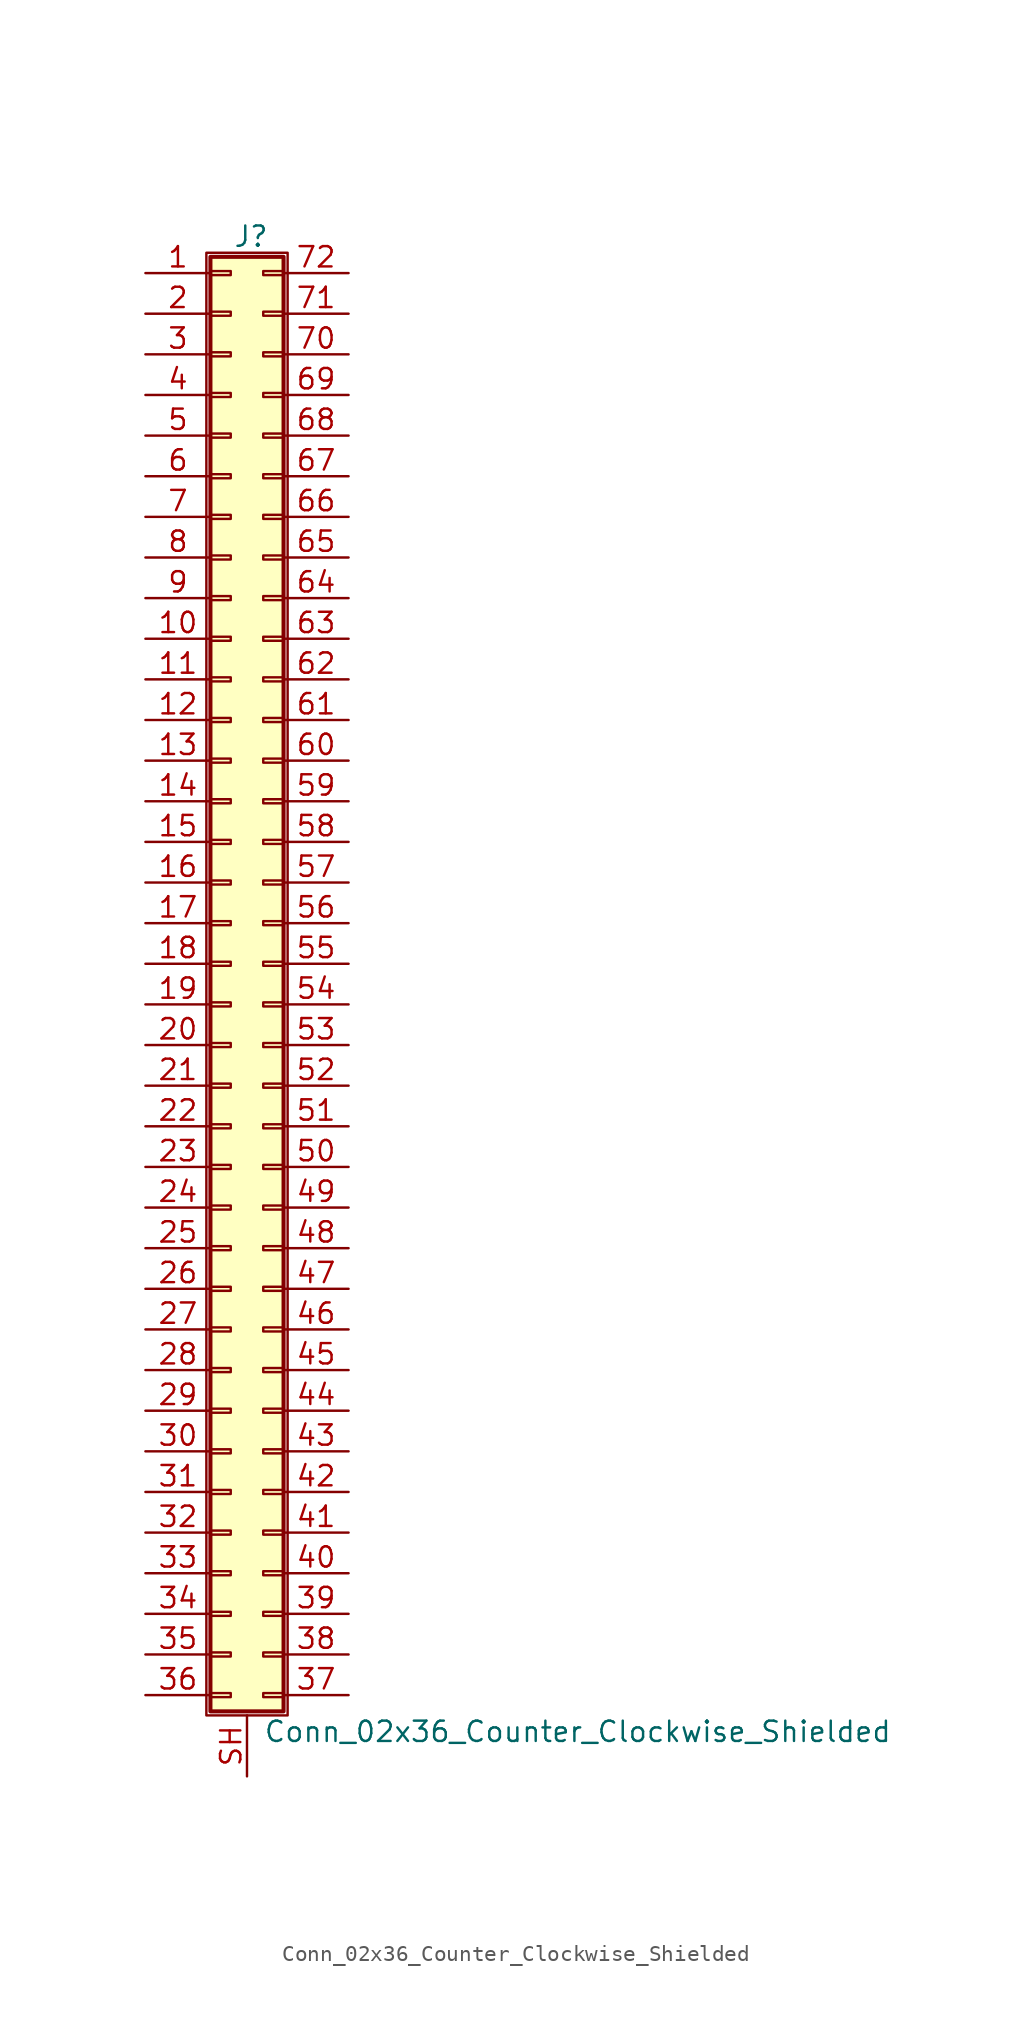
<source format=kicad_sym>
(kicad_symbol_lib
  (version 20220914)
  (generator kicad_symbol_editor)
  (symbol "Conn_02x36_Counter_Clockwise_Shielded"
    (pin_names
      (offset 1.016) hide)
    (property "Reference" "J"
      (at 1.524 45.466 0)
      (effects (font (size 1.27 1.27))))
    (property "Value" "Conn_02x36_Counter_Clockwise_Shielded"
      (at 2.286 -48.006 0)
      (effects (font (size 1.27 1.27)) (justify left)))
    (symbol "Conn_02x36_Counter_Clockwise_Shielded_1_1"
      (rectangle (start -1.27 44.45) (end 3.81 -46.99) (stroke (width 0.152) (type default)) (fill (type none)))
      (rectangle (start -1.016 -45.593) (end 0.254 -45.847) (stroke (width 0.152) (type default)) (fill (type none)))
      (rectangle (start -1.016 -43.053) (end 0.254 -43.307) (stroke (width 0.152) (type default)) (fill (type none)))
      (rectangle (start -1.016 -40.513) (end 0.254 -40.767) (stroke (width 0.152) (type default)) (fill (type none)))
      (rectangle (start -1.016 -37.973) (end 0.254 -38.227) (stroke (width 0.152) (type default)) (fill (type none)))
      (rectangle (start -1.016 -35.433) (end 0.254 -35.687) (stroke (width 0.152) (type default)) (fill (type none)))
      (rectangle (start -1.016 -32.893) (end 0.254 -33.147) (stroke (width 0.152) (type default)) (fill (type none)))
      (rectangle (start -1.016 -30.353) (end 0.254 -30.607) (stroke (width 0.152) (type default)) (fill (type none)))
      (rectangle (start -1.016 -27.813) (end 0.254 -28.067) (stroke (width 0.152) (type default)) (fill (type none)))
      (rectangle (start -1.016 -25.273) (end 0.254 -25.527) (stroke (width 0.152) (type default)) (fill (type none)))
      (rectangle (start -1.016 -22.733) (end 0.254 -22.987) (stroke (width 0.152) (type default)) (fill (type none)))
      (rectangle (start -1.016 -20.193) (end 0.254 -20.447) (stroke (width 0.152) (type default)) (fill (type none)))
      (rectangle (start -1.016 -17.653) (end 0.254 -17.907) (stroke (width 0.152) (type default)) (fill (type none)))
      (rectangle (start -1.016 -15.113) (end 0.254 -15.367) (stroke (width 0.152) (type default)) (fill (type none)))
      (rectangle (start -1.016 -12.573) (end 0.254 -12.827) (stroke (width 0.152) (type default)) (fill (type none)))
      (rectangle (start -1.016 -10.033) (end 0.254 -10.287) (stroke (width 0.152) (type default)) (fill (type none)))
      (rectangle (start -1.016 -7.493) (end 0.254 -7.747) (stroke (width 0.152) (type default)) (fill (type none)))
      (rectangle (start -1.016 -4.953) (end 0.254 -5.207) (stroke (width 0.152) (type default)) (fill (type none)))
      (rectangle (start -1.016 -2.413) (end 0.254 -2.667) (stroke (width 0.152) (type default)) (fill (type none)))
      (rectangle (start -1.016 0.127) (end 0.254 -0.127) (stroke (width 0.152) (type default)) (fill (type none)))
      (rectangle (start -1.016 2.667) (end 0.254 2.413) (stroke (width 0.152) (type default)) (fill (type none)))
      (rectangle (start -1.016 5.207) (end 0.254 4.953) (stroke (width 0.152) (type default)) (fill (type none)))
      (rectangle (start -1.016 7.747) (end 0.254 7.493) (stroke (width 0.152) (type default)) (fill (type none)))
      (rectangle (start -1.016 10.287) (end 0.254 10.033) (stroke (width 0.152) (type default)) (fill (type none)))
      (rectangle (start -1.016 12.827) (end 0.254 12.573) (stroke (width 0.152) (type default)) (fill (type none)))
      (rectangle (start -1.016 15.367) (end 0.254 15.113) (stroke (width 0.152) (type default)) (fill (type none)))
      (rectangle (start -1.016 17.907) (end 0.254 17.653) (stroke (width 0.152) (type default)) (fill (type none)))
      (rectangle (start -1.016 20.447) (end 0.254 20.193) (stroke (width 0.152) (type default)) (fill (type none)))
      (rectangle (start -1.016 22.987) (end 0.254 22.733) (stroke (width 0.152) (type default)) (fill (type none)))
      (rectangle (start -1.016 25.527) (end 0.254 25.273) (stroke (width 0.152) (type default)) (fill (type none)))
      (rectangle (start -1.016 28.067) (end 0.254 27.813) (stroke (width 0.152) (type default)) (fill (type none)))
      (rectangle (start -1.016 30.607) (end 0.254 30.353) (stroke (width 0.152) (type default)) (fill (type none)))
      (rectangle (start -1.016 33.147) (end 0.254 32.893) (stroke (width 0.152) (type default)) (fill (type none)))
      (rectangle (start -1.016 35.687) (end 0.254 35.433) (stroke (width 0.152) (type default)) (fill (type none)))
      (rectangle (start -1.016 38.227) (end 0.254 37.973) (stroke (width 0.152) (type default)) (fill (type none)))
      (rectangle (start -1.016 40.767) (end 0.254 40.513) (stroke (width 0.152) (type default)) (fill (type none)))
      (rectangle (start -1.016 43.307) (end 0.254 43.053) (stroke (width 0.152) (type default)) (fill (type none)))
      (rectangle (start -1.016 44.196) (end 3.556 -46.736) (stroke (width 0.254) (type default)) (fill (type background)))
      (rectangle (start 3.556 -45.593) (end 2.286 -45.847) (stroke (width 0.152) (type default)) (fill (type none)))
      (rectangle (start 3.556 -43.053) (end 2.286 -43.307) (stroke (width 0.152) (type default)) (fill (type none)))
      (rectangle (start 3.556 -40.513) (end 2.286 -40.767) (stroke (width 0.152) (type default)) (fill (type none)))
      (rectangle (start 3.556 -37.973) (end 2.286 -38.227) (stroke (width 0.152) (type default)) (fill (type none)))
      (rectangle (start 3.556 -35.433) (end 2.286 -35.687) (stroke (width 0.152) (type default)) (fill (type none)))
      (rectangle (start 3.556 -32.893) (end 2.286 -33.147) (stroke (width 0.152) (type default)) (fill (type none)))
      (rectangle (start 3.556 -30.353) (end 2.286 -30.607) (stroke (width 0.152) (type default)) (fill (type none)))
      (rectangle (start 3.556 -27.813) (end 2.286 -28.067) (stroke (width 0.152) (type default)) (fill (type none)))
      (rectangle (start 3.556 -25.273) (end 2.286 -25.527) (stroke (width 0.152) (type default)) (fill (type none)))
      (rectangle (start 3.556 -22.733) (end 2.286 -22.987) (stroke (width 0.152) (type default)) (fill (type none)))
      (rectangle (start 3.556 -20.193) (end 2.286 -20.447) (stroke (width 0.152) (type default)) (fill (type none)))
      (rectangle (start 3.556 -17.653) (end 2.286 -17.907) (stroke (width 0.152) (type default)) (fill (type none)))
      (rectangle (start 3.556 -15.113) (end 2.286 -15.367) (stroke (width 0.152) (type default)) (fill (type none)))
      (rectangle (start 3.556 -12.573) (end 2.286 -12.827) (stroke (width 0.152) (type default)) (fill (type none)))
      (rectangle (start 3.556 -10.033) (end 2.286 -10.287) (stroke (width 0.152) (type default)) (fill (type none)))
      (rectangle (start 3.556 -7.493) (end 2.286 -7.747) (stroke (width 0.152) (type default)) (fill (type none)))
      (rectangle (start 3.556 -4.953) (end 2.286 -5.207) (stroke (width 0.152) (type default)) (fill (type none)))
      (rectangle (start 3.556 -2.413) (end 2.286 -2.667) (stroke (width 0.152) (type default)) (fill (type none)))
      (rectangle (start 3.556 0.127) (end 2.286 -0.127) (stroke (width 0.152) (type default)) (fill (type none)))
      (rectangle (start 3.556 2.667) (end 2.286 2.413) (stroke (width 0.152) (type default)) (fill (type none)))
      (rectangle (start 3.556 5.207) (end 2.286 4.953) (stroke (width 0.152) (type default)) (fill (type none)))
      (rectangle (start 3.556 7.747) (end 2.286 7.493) (stroke (width 0.152) (type default)) (fill (type none)))
      (rectangle (start 3.556 10.287) (end 2.286 10.033) (stroke (width 0.152) (type default)) (fill (type none)))
      (rectangle (start 3.556 12.827) (end 2.286 12.573) (stroke (width 0.152) (type default)) (fill (type none)))
      (rectangle (start 3.556 15.367) (end 2.286 15.113) (stroke (width 0.152) (type default)) (fill (type none)))
      (rectangle (start 3.556 17.907) (end 2.286 17.653) (stroke (width 0.152) (type default)) (fill (type none)))
      (rectangle (start 3.556 20.447) (end 2.286 20.193) (stroke (width 0.152) (type default)) (fill (type none)))
      (rectangle (start 3.556 22.987) (end 2.286 22.733) (stroke (width 0.152) (type default)) (fill (type none)))
      (rectangle (start 3.556 25.527) (end 2.286 25.273) (stroke (width 0.152) (type default)) (fill (type none)))
      (rectangle (start 3.556 28.067) (end 2.286 27.813) (stroke (width 0.152) (type default)) (fill (type none)))
      (rectangle (start 3.556 30.607) (end 2.286 30.353) (stroke (width 0.152) (type default)) (fill (type none)))
      (rectangle (start 3.556 33.147) (end 2.286 32.893) (stroke (width 0.152) (type default)) (fill (type none)))
      (rectangle (start 3.556 35.687) (end 2.286 35.433) (stroke (width 0.152) (type default)) (fill (type none)))
      (rectangle (start 3.556 38.227) (end 2.286 37.973) (stroke (width 0.152) (type default)) (fill (type none)))
      (rectangle (start 3.556 40.767) (end 2.286 40.513) (stroke (width 0.152) (type default)) (fill (type none)))
      (rectangle (start 3.556 43.307) (end 2.286 43.053) (stroke (width 0.152) (type default)) (fill (type none)))
      (pin passive line (at -5.08 43.18 0) (length 4.064) (name "Pin_1" (effects (font (size 1.27 1.27)))) (number "1" (effects (font (size 1.27 1.27)))))
      (pin passive line (at -5.08 20.32 0) (length 4.064) (name "Pin_10" (effects (font (size 1.27 1.27)))) (number "10" (effects (font (size 1.27 1.27)))))
      (pin passive line (at -5.08 17.78 0) (length 4.064) (name "Pin_11" (effects (font (size 1.27 1.27)))) (number "11" (effects (font (size 1.27 1.27)))))
      (pin passive line (at -5.08 15.24 0) (length 4.064) (name "Pin_12" (effects (font (size 1.27 1.27)))) (number "12" (effects (font (size 1.27 1.27)))))
      (pin passive line (at -5.08 12.7 0) (length 4.064) (name "Pin_13" (effects (font (size 1.27 1.27)))) (number "13" (effects (font (size 1.27 1.27)))))
      (pin passive line (at -5.08 10.16 0) (length 4.064) (name "Pin_14" (effects (font (size 1.27 1.27)))) (number "14" (effects (font (size 1.27 1.27)))))
      (pin passive line (at -5.08 7.62 0) (length 4.064) (name "Pin_15" (effects (font (size 1.27 1.27)))) (number "15" (effects (font (size 1.27 1.27)))))
      (pin passive line (at -5.08 5.08 0) (length 4.064) (name "Pin_16" (effects (font (size 1.27 1.27)))) (number "16" (effects (font (size 1.27 1.27)))))
      (pin passive line (at -5.08 2.54 0) (length 4.064) (name "Pin_17" (effects (font (size 1.27 1.27)))) (number "17" (effects (font (size 1.27 1.27)))))
      (pin passive line (at -5.08 0 0) (length 4.064) (name "Pin_18" (effects (font (size 1.27 1.27)))) (number "18" (effects (font (size 1.27 1.27)))))
      (pin passive line (at -5.08 -2.54 0) (length 4.064) (name "Pin_19" (effects (font (size 1.27 1.27)))) (number "19" (effects (font (size 1.27 1.27)))))
      (pin passive line (at -5.08 40.64 0) (length 4.064) (name "Pin_2" (effects (font (size 1.27 1.27)))) (number "2" (effects (font (size 1.27 1.27)))))
      (pin passive line (at -5.08 -5.08 0) (length 4.064) (name "Pin_20" (effects (font (size 1.27 1.27)))) (number "20" (effects (font (size 1.27 1.27)))))
      (pin passive line (at -5.08 -7.62 0) (length 4.064) (name "Pin_21" (effects (font (size 1.27 1.27)))) (number "21" (effects (font (size 1.27 1.27)))))
      (pin passive line (at -5.08 -10.16 0) (length 4.064) (name "Pin_22" (effects (font (size 1.27 1.27)))) (number "22" (effects (font (size 1.27 1.27)))))
      (pin passive line (at -5.08 -12.7 0) (length 4.064) (name "Pin_23" (effects (font (size 1.27 1.27)))) (number "23" (effects (font (size 1.27 1.27)))))
      (pin passive line (at -5.08 -15.24 0) (length 4.064) (name "Pin_24" (effects (font (size 1.27 1.27)))) (number "24" (effects (font (size 1.27 1.27)))))
      (pin passive line (at -5.08 -17.78 0) (length 4.064) (name "Pin_25" (effects (font (size 1.27 1.27)))) (number "25" (effects (font (size 1.27 1.27)))))
      (pin passive line (at -5.08 -20.32 0) (length 4.064) (name "Pin_26" (effects (font (size 1.27 1.27)))) (number "26" (effects (font (size 1.27 1.27)))))
      (pin passive line (at -5.08 -22.86 0) (length 4.064) (name "Pin_27" (effects (font (size 1.27 1.27)))) (number "27" (effects (font (size 1.27 1.27)))))
      (pin passive line (at -5.08 -25.4 0) (length 4.064) (name "Pin_28" (effects (font (size 1.27 1.27)))) (number "28" (effects (font (size 1.27 1.27)))))
      (pin passive line (at -5.08 -27.94 0) (length 4.064) (name "Pin_29" (effects (font (size 1.27 1.27)))) (number "29" (effects (font (size 1.27 1.27)))))
      (pin passive line (at -5.08 38.1 0) (length 4.064) (name "Pin_3" (effects (font (size 1.27 1.27)))) (number "3" (effects (font (size 1.27 1.27)))))
      (pin passive line (at -5.08 -30.48 0) (length 4.064) (name "Pin_30" (effects (font (size 1.27 1.27)))) (number "30" (effects (font (size 1.27 1.27)))))
      (pin passive line (at -5.08 -33.02 0) (length 4.064) (name "Pin_31" (effects (font (size 1.27 1.27)))) (number "31" (effects (font (size 1.27 1.27)))))
      (pin passive line (at -5.08 -35.56 0) (length 4.064) (name "Pin_32" (effects (font (size 1.27 1.27)))) (number "32" (effects (font (size 1.27 1.27)))))
      (pin passive line (at -5.08 -38.1 0) (length 4.064) (name "Pin_33" (effects (font (size 1.27 1.27)))) (number "33" (effects (font (size 1.27 1.27)))))
      (pin passive line (at -5.08 -40.64 0) (length 4.064) (name "Pin_34" (effects (font (size 1.27 1.27)))) (number "34" (effects (font (size 1.27 1.27)))))
      (pin passive line (at -5.08 -43.18 0) (length 4.064) (name "Pin_35" (effects (font (size 1.27 1.27)))) (number "35" (effects (font (size 1.27 1.27)))))
      (pin passive line (at -5.08 -45.72 0) (length 4.064) (name "Pin_36" (effects (font (size 1.27 1.27)))) (number "36" (effects (font (size 1.27 1.27)))))
      (pin passive line (at 7.62 -45.72 180) (length 4.064) (name "Pin_37" (effects (font (size 1.27 1.27)))) (number "37" (effects (font (size 1.27 1.27)))))
      (pin passive line (at 7.62 -43.18 180) (length 4.064) (name "Pin_38" (effects (font (size 1.27 1.27)))) (number "38" (effects (font (size 1.27 1.27)))))
      (pin passive line (at 7.62 -40.64 180) (length 4.064) (name "Pin_39" (effects (font (size 1.27 1.27)))) (number "39" (effects (font (size 1.27 1.27)))))
      (pin passive line (at -5.08 35.56 0) (length 4.064) (name "Pin_4" (effects (font (size 1.27 1.27)))) (number "4" (effects (font (size 1.27 1.27)))))
      (pin passive line (at 7.62 -38.1 180) (length 4.064) (name "Pin_40" (effects (font (size 1.27 1.27)))) (number "40" (effects (font (size 1.27 1.27)))))
      (pin passive line (at 7.62 -35.56 180) (length 4.064) (name "Pin_41" (effects (font (size 1.27 1.27)))) (number "41" (effects (font (size 1.27 1.27)))))
      (pin passive line (at 7.62 -33.02 180) (length 4.064) (name "Pin_42" (effects (font (size 1.27 1.27)))) (number "42" (effects (font (size 1.27 1.27)))))
      (pin passive line (at 7.62 -30.48 180) (length 4.064) (name "Pin_43" (effects (font (size 1.27 1.27)))) (number "43" (effects (font (size 1.27 1.27)))))
      (pin passive line (at 7.62 -27.94 180) (length 4.064) (name "Pin_44" (effects (font (size 1.27 1.27)))) (number "44" (effects (font (size 1.27 1.27)))))
      (pin passive line (at 7.62 -25.4 180) (length 4.064) (name "Pin_45" (effects (font (size 1.27 1.27)))) (number "45" (effects (font (size 1.27 1.27)))))
      (pin passive line (at 7.62 -22.86 180) (length 4.064) (name "Pin_46" (effects (font (size 1.27 1.27)))) (number "46" (effects (font (size 1.27 1.27)))))
      (pin passive line (at 7.62 -20.32 180) (length 4.064) (name "Pin_47" (effects (font (size 1.27 1.27)))) (number "47" (effects (font (size 1.27 1.27)))))
      (pin passive line (at 7.62 -17.78 180) (length 4.064) (name "Pin_48" (effects (font (size 1.27 1.27)))) (number "48" (effects (font (size 1.27 1.27)))))
      (pin passive line (at 7.62 -15.24 180) (length 4.064) (name "Pin_49" (effects (font (size 1.27 1.27)))) (number "49" (effects (font (size 1.27 1.27)))))
      (pin passive line (at -5.08 33.02 0) (length 4.064) (name "Pin_5" (effects (font (size 1.27 1.27)))) (number "5" (effects (font (size 1.27 1.27)))))
      (pin passive line (at 7.62 -12.7 180) (length 4.064) (name "Pin_50" (effects (font (size 1.27 1.27)))) (number "50" (effects (font (size 1.27 1.27)))))
      (pin passive line (at 7.62 -10.16 180) (length 4.064) (name "Pin_51" (effects (font (size 1.27 1.27)))) (number "51" (effects (font (size 1.27 1.27)))))
      (pin passive line (at 7.62 -7.62 180) (length 4.064) (name "Pin_52" (effects (font (size 1.27 1.27)))) (number "52" (effects (font (size 1.27 1.27)))))
      (pin passive line (at 7.62 -5.08 180) (length 4.064) (name "Pin_53" (effects (font (size 1.27 1.27)))) (number "53" (effects (font (size 1.27 1.27)))))
      (pin passive line (at 7.62 -2.54 180) (length 4.064) (name "Pin_54" (effects (font (size 1.27 1.27)))) (number "54" (effects (font (size 1.27 1.27)))))
      (pin passive line (at 7.62 0 180) (length 4.064) (name "Pin_55" (effects (font (size 1.27 1.27)))) (number "55" (effects (font (size 1.27 1.27)))))
      (pin passive line (at 7.62 2.54 180) (length 4.064) (name "Pin_56" (effects (font (size 1.27 1.27)))) (number "56" (effects (font (size 1.27 1.27)))))
      (pin passive line (at 7.62 5.08 180) (length 4.064) (name "Pin_57" (effects (font (size 1.27 1.27)))) (number "57" (effects (font (size 1.27 1.27)))))
      (pin passive line (at 7.62 7.62 180) (length 4.064) (name "Pin_58" (effects (font (size 1.27 1.27)))) (number "58" (effects (font (size 1.27 1.27)))))
      (pin passive line (at 7.62 10.16 180) (length 4.064) (name "Pin_59" (effects (font (size 1.27 1.27)))) (number "59" (effects (font (size 1.27 1.27)))))
      (pin passive line (at -5.08 30.48 0) (length 4.064) (name "Pin_6" (effects (font (size 1.27 1.27)))) (number "6" (effects (font (size 1.27 1.27)))))
      (pin passive line (at 7.62 12.7 180) (length 4.064) (name "Pin_60" (effects (font (size 1.27 1.27)))) (number "60" (effects (font (size 1.27 1.27)))))
      (pin passive line (at 7.62 15.24 180) (length 4.064) (name "Pin_61" (effects (font (size 1.27 1.27)))) (number "61" (effects (font (size 1.27 1.27)))))
      (pin passive line (at 7.62 17.78 180) (length 4.064) (name "Pin_62" (effects (font (size 1.27 1.27)))) (number "62" (effects (font (size 1.27 1.27)))))
      (pin passive line (at 7.62 20.32 180) (length 4.064) (name "Pin_63" (effects (font (size 1.27 1.27)))) (number "63" (effects (font (size 1.27 1.27)))))
      (pin passive line (at 7.62 22.86 180) (length 4.064) (name "Pin_64" (effects (font (size 1.27 1.27)))) (number "64" (effects (font (size 1.27 1.27)))))
      (pin passive line (at 7.62 25.4 180) (length 4.064) (name "Pin_65" (effects (font (size 1.27 1.27)))) (number "65" (effects (font (size 1.27 1.27)))))
      (pin passive line (at 7.62 27.94 180) (length 4.064) (name "Pin_66" (effects (font (size 1.27 1.27)))) (number "66" (effects (font (size 1.27 1.27)))))
      (pin passive line (at 7.62 30.48 180) (length 4.064) (name "Pin_67" (effects (font (size 1.27 1.27)))) (number "67" (effects (font (size 1.27 1.27)))))
      (pin passive line (at 7.62 33.02 180) (length 4.064) (name "Pin_68" (effects (font (size 1.27 1.27)))) (number "68" (effects (font (size 1.27 1.27)))))
      (pin passive line (at 7.62 35.56 180) (length 4.064) (name "Pin_69" (effects (font (size 1.27 1.27)))) (number "69" (effects (font (size 1.27 1.27)))))
      (pin passive line (at -5.08 27.94 0) (length 4.064) (name "Pin_7" (effects (font (size 1.27 1.27)))) (number "7" (effects (font (size 1.27 1.27)))))
      (pin passive line (at 7.62 38.1 180) (length 4.064) (name "Pin_70" (effects (font (size 1.27 1.27)))) (number "70" (effects (font (size 1.27 1.27)))))
      (pin passive line (at 7.62 40.64 180) (length 4.064) (name "Pin_71" (effects (font (size 1.27 1.27)))) (number "71" (effects (font (size 1.27 1.27)))))
      (pin passive line (at 7.62 43.18 180) (length 4.064) (name "Pin_72" (effects (font (size 1.27 1.27)))) (number "72" (effects (font (size 1.27 1.27)))))
      (pin passive line (at -5.08 25.4 0) (length 4.064) (name "Pin_8" (effects (font (size 1.27 1.27)))) (number "8" (effects (font (size 1.27 1.27)))))
      (pin passive line (at -5.08 22.86 0) (length 4.064) (name "Pin_9" (effects (font (size 1.27 1.27)))) (number "9" (effects (font (size 1.27 1.27)))))
      (pin passive line (at 1.27 -50.8 90) (length 3.81) (name "Shield" (effects (font (size 1.27 1.27)))) (number "SH" (effects (font (size 1.27 1.27))))))))
</source>
